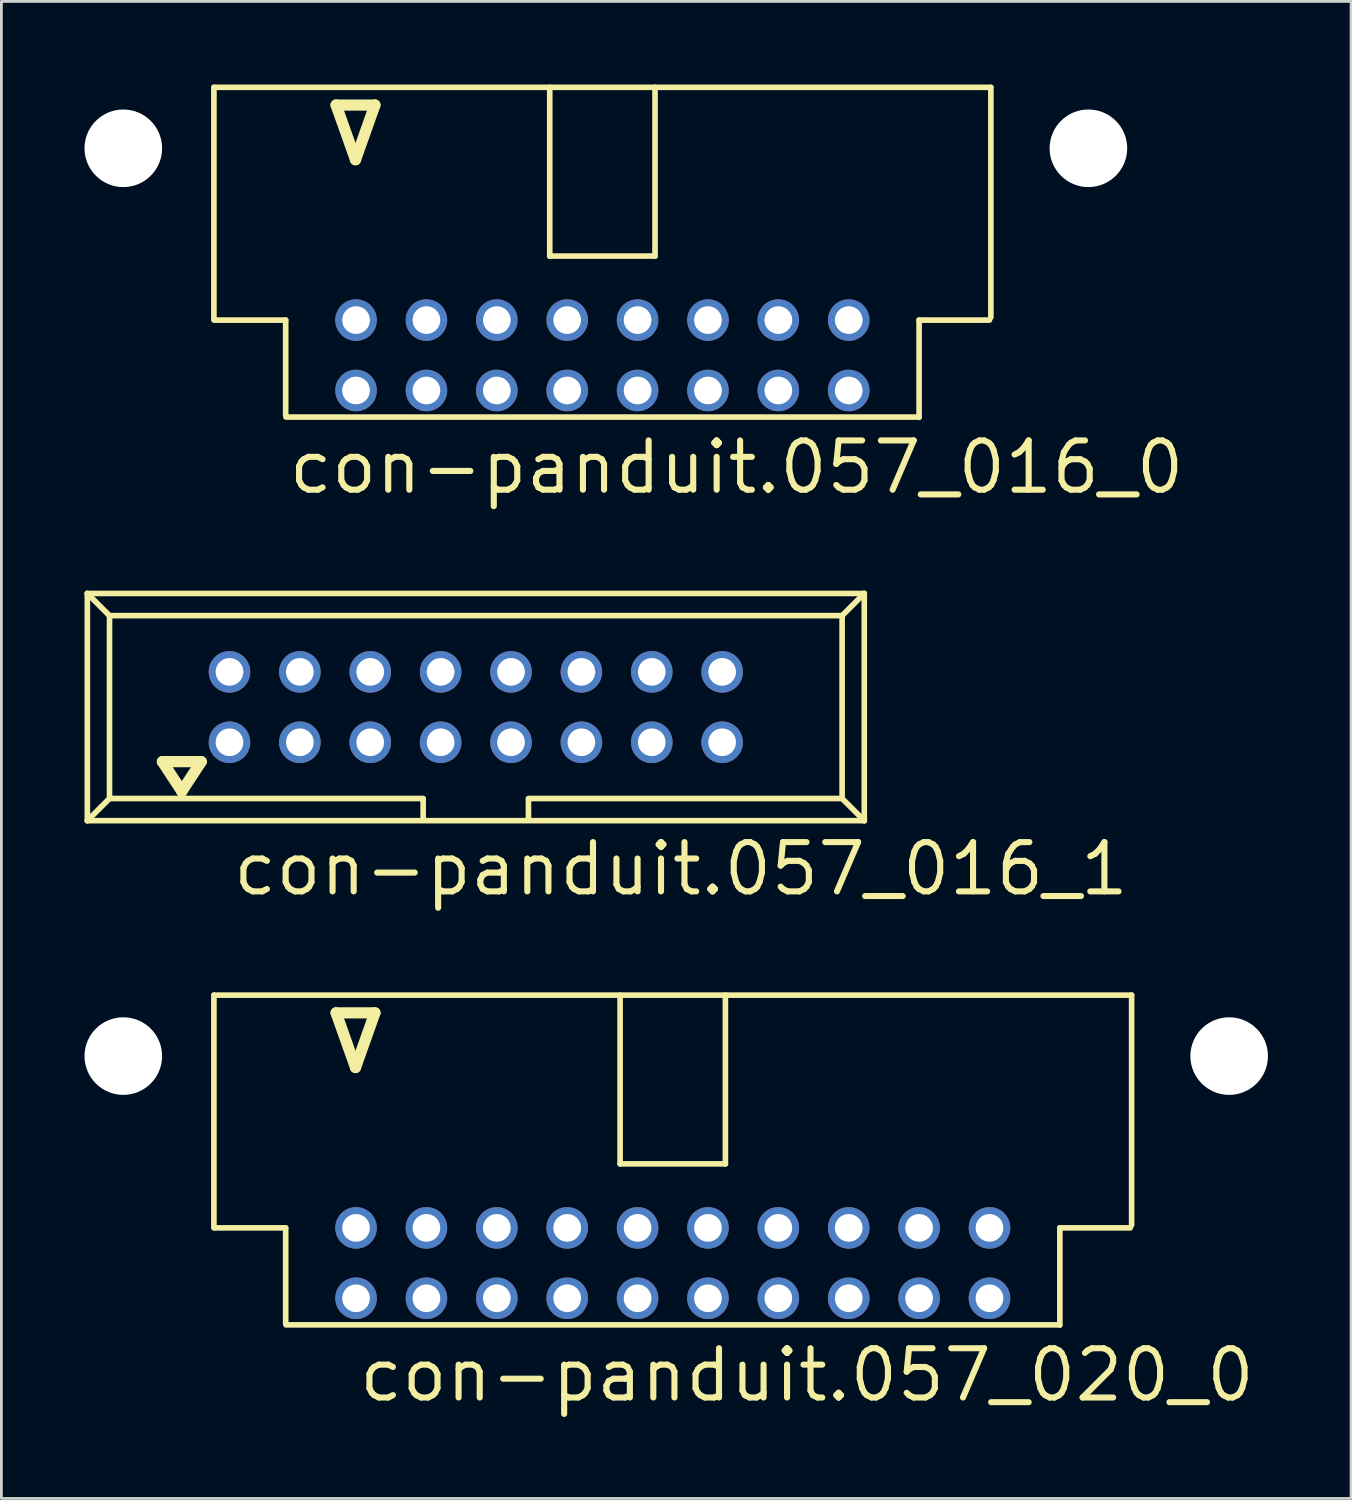
<source format=kicad_pcb>
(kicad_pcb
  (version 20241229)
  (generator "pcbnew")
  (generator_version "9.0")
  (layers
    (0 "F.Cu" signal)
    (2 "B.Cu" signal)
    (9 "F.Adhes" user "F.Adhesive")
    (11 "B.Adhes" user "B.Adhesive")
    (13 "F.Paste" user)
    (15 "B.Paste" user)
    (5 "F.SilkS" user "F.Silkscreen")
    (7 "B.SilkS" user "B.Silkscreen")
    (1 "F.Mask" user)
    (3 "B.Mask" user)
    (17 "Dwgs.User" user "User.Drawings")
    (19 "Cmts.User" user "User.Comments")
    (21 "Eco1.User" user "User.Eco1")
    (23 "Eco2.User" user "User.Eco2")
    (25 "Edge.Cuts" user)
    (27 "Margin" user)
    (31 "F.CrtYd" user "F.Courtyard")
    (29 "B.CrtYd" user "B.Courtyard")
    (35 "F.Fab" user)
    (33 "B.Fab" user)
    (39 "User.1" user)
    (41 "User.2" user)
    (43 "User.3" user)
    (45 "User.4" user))
  (footprint "con-panduit.057_016_0"
    (layer "F.Cu")
    (at 18.69 5.962)
    (property "Reference" "con-panduit.057_016_0" (at -11.43 8.89 0) (layer "F.SilkS") (effects (font (size 1.778 1.778) (thickness 0.22)) (justify left bottom)))
    (attr through_hole)
    (fp_line (start -14.02 -5.86) (end 14.02 -5.86) (stroke (width 0.203) (type default)) (layer "F.SilkS"))
    (fp_line (start -14.02 2.54) (end -14.02 -5.86) (stroke (width 0.203) (type default)) (layer "F.SilkS"))
    (fp_line (start -13.97 2.54) (end -11.43 2.54) (stroke (width 0.203) (type default)) (layer "F.SilkS"))
    (fp_line (start -11.43 2.54) (end -11.43 5.98) (stroke (width 0.203) (type default)) (layer "F.SilkS"))
    (fp_line (start -9.61 -5.22) (end -8.91 -3.25) (stroke (width 0.406) (type default)) (layer "F.SilkS"))
    (fp_line (start -8.91 -3.25) (end -8.21 -5.22) (stroke (width 0.406) (type default)) (layer "F.SilkS"))
    (fp_line (start -8.21 -5.22) (end -9.61 -5.22) (stroke (width 0.406) (type default)) (layer "F.SilkS"))
    (fp_line (start -1.9 0.23) (end -1.9 -5.86) (stroke (width 0.203) (type default)) (layer "F.SilkS"))
    (fp_line (start -1.9 0.23) (end 1.9 0.23) (stroke (width 0.203) (type default)) (layer "F.SilkS"))
    (fp_line (start 1.9 0.23) (end 1.9 -5.86) (stroke (width 0.203) (type default)) (layer "F.SilkS"))
    (fp_line (start 11.42 6.04) (end -11.42 6.04) (stroke (width 0.203) (type default)) (layer "F.SilkS"))
    (fp_line (start 11.43 2.54) (end 11.43 6.05) (stroke (width 0.203) (type default)) (layer "F.SilkS"))
    (fp_line (start 13.97 2.54) (end 11.43 2.54) (stroke (width 0.203) (type default)) (layer "F.SilkS"))
    (fp_line (start 14.02 -5.86) (end 14.02 2.44) (stroke (width 0.203) (type default)) (layer "F.SilkS"))
    (pad "" np_thru_hole circle (at -17.29 -3.66) (size 2.8 2.8) (drill 2.8) (layers "*.Cu" "*.Mask"))
    (pad "" np_thru_hole circle (at 17.54 -3.66) (size 2.8 2.8) (drill 2.8) (layers "*.Cu" "*.Mask"))
    (pad "1" thru_hole circle (at -8.89 5.08) (size 1.5 1.5) (drill 1) (layers "*.Cu" "*.Mask"))
    (pad "2" thru_hole circle (at -8.89 2.54) (size 1.5 1.5) (drill 1) (layers "*.Cu" "*.Mask"))
    (pad "3" thru_hole circle (at -6.35 5.08) (size 1.5 1.5) (drill 1) (layers "*.Cu" "*.Mask"))
    (pad "4" thru_hole circle (at -6.35 2.54) (size 1.5 1.5) (drill 1) (layers "*.Cu" "*.Mask"))
    (pad "5" thru_hole circle (at -3.81 5.08) (size 1.5 1.5) (drill 1) (layers "*.Cu" "*.Mask"))
    (pad "6" thru_hole circle (at -3.81 2.54) (size 1.5 1.5) (drill 1) (layers "*.Cu" "*.Mask"))
    (pad "7" thru_hole circle (at -1.27 5.08) (size 1.5 1.5) (drill 1) (layers "*.Cu" "*.Mask"))
    (pad "8" thru_hole circle (at -1.27 2.54) (size 1.5 1.5) (drill 1) (layers "*.Cu" "*.Mask"))
    (pad "9" thru_hole circle (at 1.27 5.08) (size 1.5 1.5) (drill 1) (layers "*.Cu" "*.Mask"))
    (pad "10" thru_hole circle (at 1.27 2.54) (size 1.5 1.5) (drill 1) (layers "*.Cu" "*.Mask"))
    (pad "11" thru_hole circle (at 3.81 5.08) (size 1.5 1.5) (drill 1) (layers "*.Cu" "*.Mask"))
    (pad "12" thru_hole circle (at 3.81 2.54) (size 1.5 1.5) (drill 1) (layers "*.Cu" "*.Mask"))
    (pad "13" thru_hole circle (at 6.35 5.08) (size 1.5 1.5) (drill 1) (layers "*.Cu" "*.Mask"))
    (pad "14" thru_hole circle (at 6.35 2.54) (size 1.5 1.5) (drill 1) (layers "*.Cu" "*.Mask"))
    (pad "15" thru_hole circle (at 8.89 5.08) (size 1.5 1.5) (drill 1) (layers "*.Cu" "*.Mask"))
    (pad "16" thru_hole circle (at 8.89 2.54) (size 1.5 1.5) (drill 1) (layers "*.Cu" "*.Mask")))
  (footprint "con-panduit.057_020_0"
    (layer "F.Cu")
    (at 21.23 38.724)
    (property "Reference" "con-panduit.057_020_0" (at -11.43 8.89 0) (layer "F.SilkS") (effects (font (size 1.778 1.778) (thickness 0.22)) (justify left bottom)))
    (attr through_hole)
    (fp_line (start -16.56 -5.86) (end 16.56 -5.86) (stroke (width 0.203) (type default)) (layer "F.SilkS"))
    (fp_line (start -16.56 2.54) (end -16.56 -5.86) (stroke (width 0.203) (type default)) (layer "F.SilkS"))
    (fp_line (start -16.51 2.54) (end -13.97 2.54) (stroke (width 0.203) (type default)) (layer "F.SilkS"))
    (fp_line (start -13.97 2.54) (end -13.97 5.98) (stroke (width 0.203) (type default)) (layer "F.SilkS"))
    (fp_line (start -12.15 -5.22) (end -11.45 -3.25) (stroke (width 0.406) (type default)) (layer "F.SilkS"))
    (fp_line (start -11.45 -3.25) (end -10.75 -5.22) (stroke (width 0.406) (type default)) (layer "F.SilkS"))
    (fp_line (start -10.75 -5.22) (end -12.15 -5.22) (stroke (width 0.406) (type default)) (layer "F.SilkS"))
    (fp_line (start -1.9 0.23) (end -1.9 -5.86) (stroke (width 0.203) (type default)) (layer "F.SilkS"))
    (fp_line (start -1.9 0.23) (end 1.9 0.23) (stroke (width 0.203) (type default)) (layer "F.SilkS"))
    (fp_line (start 1.9 0.23) (end 1.9 -5.86) (stroke (width 0.203) (type default)) (layer "F.SilkS"))
    (fp_line (start 13.96 6.04) (end -13.96 6.04) (stroke (width 0.203) (type default)) (layer "F.SilkS"))
    (fp_line (start 13.97 2.54) (end 13.97 6.05) (stroke (width 0.203) (type default)) (layer "F.SilkS"))
    (fp_line (start 16.51 2.54) (end 13.97 2.54) (stroke (width 0.203) (type default)) (layer "F.SilkS"))
    (fp_line (start 16.56 -5.86) (end 16.56 2.44) (stroke (width 0.203) (type default)) (layer "F.SilkS"))
    (pad "" np_thru_hole circle (at -19.83 -3.66) (size 2.8 2.8) (drill 2.8) (layers "*.Cu" "*.Mask"))
    (pad "" np_thru_hole circle (at 20.08 -3.66) (size 2.8 2.8) (drill 2.8) (layers "*.Cu" "*.Mask"))
    (pad "1" thru_hole circle (at -11.43 5.08) (size 1.5 1.5) (drill 1) (layers "*.Cu" "*.Mask"))
    (pad "2" thru_hole circle (at -11.43 2.54) (size 1.5 1.5) (drill 1) (layers "*.Cu" "*.Mask"))
    (pad "3" thru_hole circle (at -8.89 5.08) (size 1.5 1.5) (drill 1) (layers "*.Cu" "*.Mask"))
    (pad "4" thru_hole circle (at -8.89 2.54) (size 1.5 1.5) (drill 1) (layers "*.Cu" "*.Mask"))
    (pad "5" thru_hole circle (at -6.35 5.08) (size 1.5 1.5) (drill 1) (layers "*.Cu" "*.Mask"))
    (pad "6" thru_hole circle (at -6.35 2.54) (size 1.5 1.5) (drill 1) (layers "*.Cu" "*.Mask"))
    (pad "7" thru_hole circle (at -3.81 5.08) (size 1.5 1.5) (drill 1) (layers "*.Cu" "*.Mask"))
    (pad "8" thru_hole circle (at -3.81 2.54) (size 1.5 1.5) (drill 1) (layers "*.Cu" "*.Mask"))
    (pad "9" thru_hole circle (at -1.27 5.08) (size 1.5 1.5) (drill 1) (layers "*.Cu" "*.Mask"))
    (pad "10" thru_hole circle (at -1.27 2.54) (size 1.5 1.5) (drill 1) (layers "*.Cu" "*.Mask"))
    (pad "11" thru_hole circle (at 1.27 5.08) (size 1.5 1.5) (drill 1) (layers "*.Cu" "*.Mask"))
    (pad "12" thru_hole circle (at 1.27 2.54) (size 1.5 1.5) (drill 1) (layers "*.Cu" "*.Mask"))
    (pad "13" thru_hole circle (at 3.81 5.08) (size 1.5 1.5) (drill 1) (layers "*.Cu" "*.Mask"))
    (pad "14" thru_hole circle (at 3.81 2.54) (size 1.5 1.5) (drill 1) (layers "*.Cu" "*.Mask"))
    (pad "15" thru_hole circle (at 6.35 5.08) (size 1.5 1.5) (drill 1) (layers "*.Cu" "*.Mask"))
    (pad "16" thru_hole circle (at 6.35 2.54) (size 1.5 1.5) (drill 1) (layers "*.Cu" "*.Mask"))
    (pad "17" thru_hole circle (at 8.89 5.08) (size 1.5 1.5) (drill 1) (layers "*.Cu" "*.Mask"))
    (pad "18" thru_hole circle (at 8.89 2.54) (size 1.5 1.5) (drill 1) (layers "*.Cu" "*.Mask"))
    (pad "19" thru_hole circle (at 11.43 5.08) (size 1.5 1.5) (drill 1) (layers "*.Cu" "*.Mask"))
    (pad "20" thru_hole circle (at 11.43 2.54) (size 1.5 1.5) (drill 1) (layers "*.Cu" "*.Mask")))
  (footprint "con-panduit.057_016_1"
    (layer "F.Cu")
    (at 14.122 22.468)
    (property "Reference" "con-panduit.057_016_1" (at -8.87 6.88 0) (layer "F.SilkS") (effects (font (size 1.778 1.778) (thickness 0.22)) (justify left bottom)))
    (attr through_hole)
    (fp_line (start -14.02 -4.1) (end -13.22 -3.3) (stroke (width 0.203) (type default)) (layer "F.SilkS"))
    (fp_line (start -14.02 4.1) (end -14.02 -4.1) (stroke (width 0.203) (type default)) (layer "F.SilkS"))
    (fp_line (start -14.02 4.1) (end -13.22 3.3) (stroke (width 0.203) (type default)) (layer "F.SilkS"))
    (fp_line (start -14.02 4.1) (end 14.02 4.1) (stroke (width 0.203) (type default)) (layer "F.SilkS"))
    (fp_line (start -13.22 -3.3) (end 13.22 -3.3) (stroke (width 0.203) (type default)) (layer "F.SilkS"))
    (fp_line (start -13.22 3.3) (end -13.22 -3.3) (stroke (width 0.203) (type default)) (layer "F.SilkS"))
    (fp_line (start -11.31 1.97) (end -10.61 3.04) (stroke (width 0.406) (type default)) (layer "F.SilkS"))
    (fp_line (start -10.61 3.04) (end -9.91 1.97) (stroke (width 0.406) (type default)) (layer "F.SilkS"))
    (fp_line (start -9.91 1.97) (end -11.31 1.97) (stroke (width 0.406) (type default)) (layer "F.SilkS"))
    (fp_line (start -1.9 3.3) (end -13.22 3.3) (stroke (width 0.203) (type default)) (layer "F.SilkS"))
    (fp_line (start -1.9 3.32) (end -1.9 4.03) (stroke (width 0.203) (type default)) (layer "F.SilkS"))
    (fp_line (start 1.9 3.32) (end 1.9 4.03) (stroke (width 0.203) (type default)) (layer "F.SilkS"))
    (fp_line (start 13.22 -3.3) (end 13.22 3.3) (stroke (width 0.203) (type default)) (layer "F.SilkS"))
    (fp_line (start 13.22 3.3) (end 1.9 3.3) (stroke (width 0.203) (type default)) (layer "F.SilkS"))
    (fp_line (start 13.22 3.3) (end 14.02 4.1) (stroke (width 0.203) (type default)) (layer "F.SilkS"))
    (fp_line (start 14.02 -4.1) (end -14.02 -4.1) (stroke (width 0.203) (type default)) (layer "F.SilkS"))
    (fp_line (start 14.02 -4.1) (end 13.22 -3.3) (stroke (width 0.203) (type default)) (layer "F.SilkS"))
    (fp_line (start 14.02 4.1) (end 14.02 -4.1) (stroke (width 0.203) (type default)) (layer "F.SilkS"))
    (pad "1" thru_hole circle (at -8.89 1.27) (size 1.5 1.5) (drill 1) (layers "*.Cu" "*.Mask"))
    (pad "2" thru_hole circle (at -8.89 -1.27) (size 1.5 1.5) (drill 1) (layers "*.Cu" "*.Mask"))
    (pad "3" thru_hole circle (at -6.35 1.27) (size 1.5 1.5) (drill 1) (layers "*.Cu" "*.Mask"))
    (pad "4" thru_hole circle (at -6.35 -1.27) (size 1.5 1.5) (drill 1) (layers "*.Cu" "*.Mask"))
    (pad "5" thru_hole circle (at -3.81 1.27) (size 1.5 1.5) (drill 1) (layers "*.Cu" "*.Mask"))
    (pad "6" thru_hole circle (at -3.81 -1.27) (size 1.5 1.5) (drill 1) (layers "*.Cu" "*.Mask"))
    (pad "7" thru_hole circle (at -1.27 1.27) (size 1.5 1.5) (drill 1) (layers "*.Cu" "*.Mask"))
    (pad "8" thru_hole circle (at -1.27 -1.27) (size 1.5 1.5) (drill 1) (layers "*.Cu" "*.Mask"))
    (pad "9" thru_hole circle (at 1.27 1.27) (size 1.5 1.5) (drill 1) (layers "*.Cu" "*.Mask"))
    (pad "10" thru_hole circle (at 1.27 -1.27) (size 1.5 1.5) (drill 1) (layers "*.Cu" "*.Mask"))
    (pad "11" thru_hole circle (at 3.81 1.27) (size 1.5 1.5) (drill 1) (layers "*.Cu" "*.Mask"))
    (pad "12" thru_hole circle (at 3.81 -1.27) (size 1.5 1.5) (drill 1) (layers "*.Cu" "*.Mask"))
    (pad "13" thru_hole circle (at 6.35 1.27) (size 1.5 1.5) (drill 1) (layers "*.Cu" "*.Mask"))
    (pad "14" thru_hole circle (at 6.35 -1.27) (size 1.5 1.5) (drill 1) (layers "*.Cu" "*.Mask"))
    (pad "15" thru_hole circle (at 8.89 1.27) (size 1.5 1.5) (drill 1) (layers "*.Cu" "*.Mask"))
    (pad "16" thru_hole circle (at 8.89 -1.27) (size 1.5 1.5) (drill 1) (layers "*.Cu" "*.Mask")))
  (gr_rect
    (start -3 -3)
    (end 45.71 51.028)
    (stroke (width 0.1) (type default))
    (fill no)
    (layer "Edge.Cuts")))
</source>
